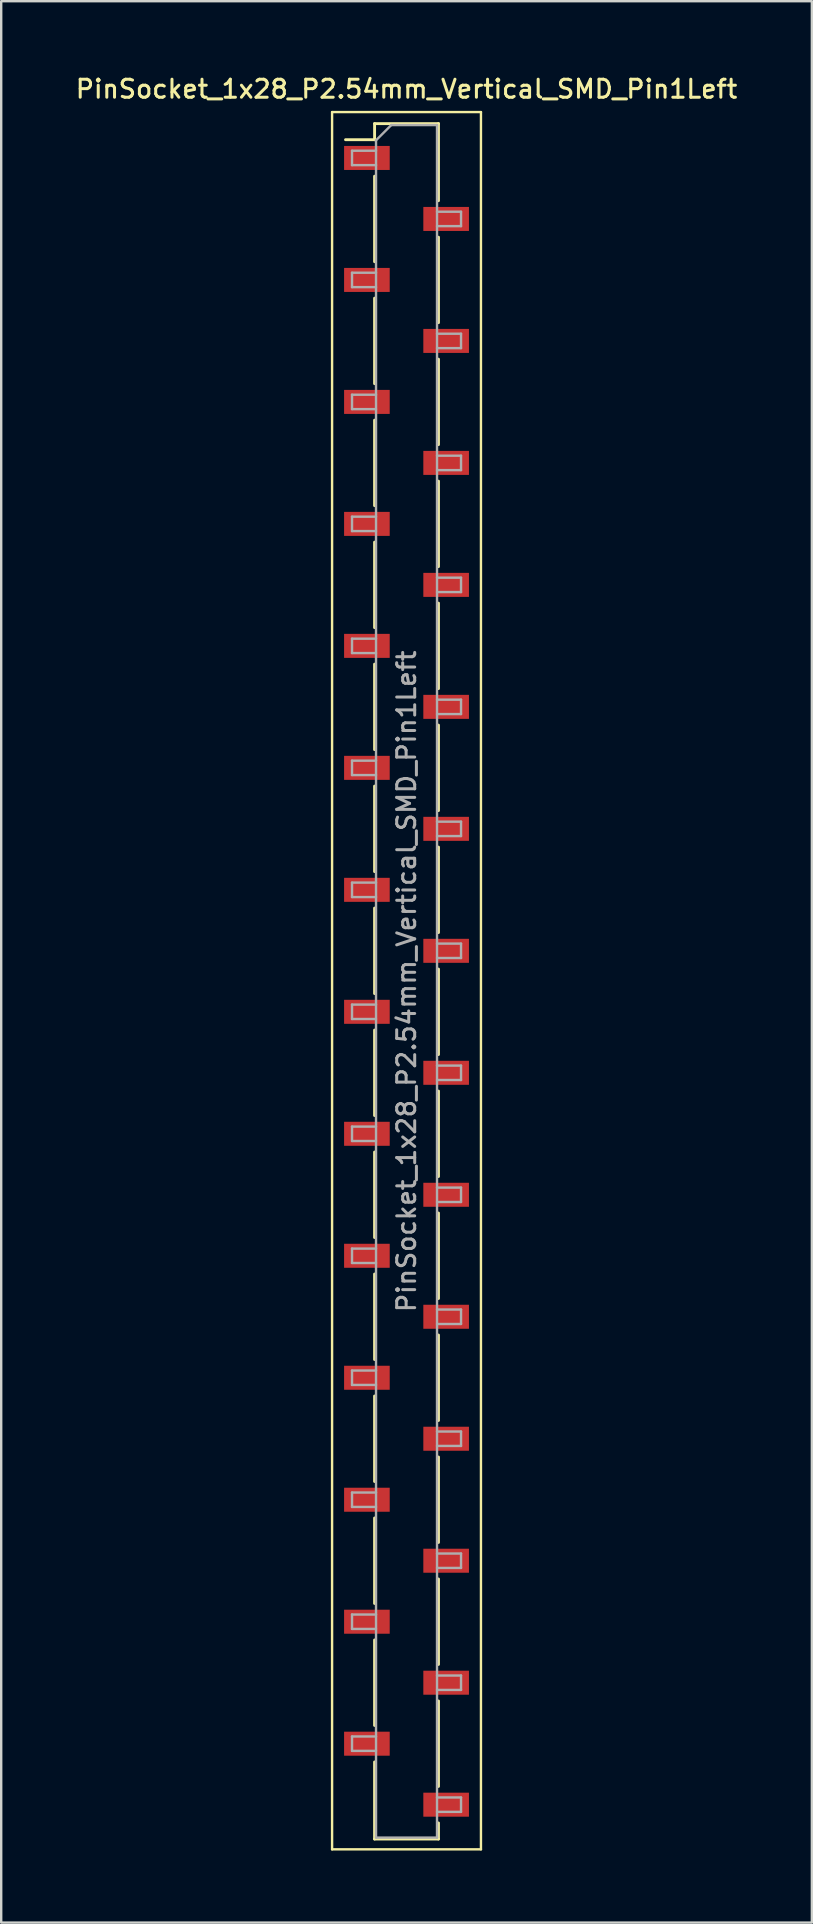
<source format=kicad_pcb>
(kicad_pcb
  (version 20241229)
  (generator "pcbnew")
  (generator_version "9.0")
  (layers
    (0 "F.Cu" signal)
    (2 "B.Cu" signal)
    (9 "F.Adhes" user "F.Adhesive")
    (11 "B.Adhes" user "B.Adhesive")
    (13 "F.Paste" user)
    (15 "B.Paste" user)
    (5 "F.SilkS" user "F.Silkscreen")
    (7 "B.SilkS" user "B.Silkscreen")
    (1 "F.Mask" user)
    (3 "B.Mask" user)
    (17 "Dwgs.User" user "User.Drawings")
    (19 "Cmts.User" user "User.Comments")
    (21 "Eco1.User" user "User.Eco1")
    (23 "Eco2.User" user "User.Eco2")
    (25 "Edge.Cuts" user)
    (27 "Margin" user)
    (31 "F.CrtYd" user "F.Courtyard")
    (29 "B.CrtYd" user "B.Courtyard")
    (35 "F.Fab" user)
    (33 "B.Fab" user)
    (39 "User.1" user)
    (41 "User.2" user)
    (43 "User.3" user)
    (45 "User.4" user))
  (footprint "PinSocket_1x28_P2.54mm_Vertical_SMD_Pin1Left"
    (layer "F.Cu")
    (at 13.88 37.818)
    (property "Reference" "PinSocket_1x28_P2.54mm_Vertical_SMD_Pin1Left" (at 0 -37.16 0) (layer "F.SilkS") (effects (font (size 0.75 0.75) (thickness 0.125))))
    (attr smd)
    (fp_line (start -3.1 -36.2) (end 3.1 -36.2) (stroke (width 0.1) (type solid)) (layer "F.SilkS"))
    (fp_line (start -3.1 36.15) (end -3.1 -36.2) (stroke (width 0.1) (type solid)) (layer "F.SilkS"))
    (fp_line (start -2.54 -35.05) (end -1.33 -35.05) (stroke (width 0.12) (type solid)) (layer "F.SilkS"))
    (fp_line (start -1.33 -35.72) (end -1.33 -35.05) (stroke (width 0.12) (type solid)) (layer "F.SilkS"))
    (fp_line (start -1.33 -35.72) (end 1.33 -35.72) (stroke (width 0.12) (type solid)) (layer "F.SilkS"))
    (fp_line (start -1.33 -33.53) (end -1.33 -29.97) (stroke (width 0.12) (type solid)) (layer "F.SilkS"))
    (fp_line (start -1.33 -28.45) (end -1.33 -24.89) (stroke (width 0.12) (type solid)) (layer "F.SilkS"))
    (fp_line (start -1.33 -23.37) (end -1.33 -19.81) (stroke (width 0.12) (type solid)) (layer "F.SilkS"))
    (fp_line (start -1.33 -18.29) (end -1.33 -14.73) (stroke (width 0.12) (type solid)) (layer "F.SilkS"))
    (fp_line (start -1.33 -13.21) (end -1.33 -9.65) (stroke (width 0.12) (type solid)) (layer "F.SilkS"))
    (fp_line (start -1.33 -8.13) (end -1.33 -4.57) (stroke (width 0.12) (type solid)) (layer "F.SilkS"))
    (fp_line (start -1.33 -3.05) (end -1.33 0.51) (stroke (width 0.12) (type solid)) (layer "F.SilkS"))
    (fp_line (start -1.33 2.03) (end -1.33 5.59) (stroke (width 0.12) (type solid)) (layer "F.SilkS"))
    (fp_line (start -1.33 7.11) (end -1.33 10.67) (stroke (width 0.12) (type solid)) (layer "F.SilkS"))
    (fp_line (start -1.33 12.19) (end -1.33 15.75) (stroke (width 0.12) (type solid)) (layer "F.SilkS"))
    (fp_line (start -1.33 17.27) (end -1.33 20.83) (stroke (width 0.12) (type solid)) (layer "F.SilkS"))
    (fp_line (start -1.33 22.35) (end -1.33 25.91) (stroke (width 0.12) (type solid)) (layer "F.SilkS"))
    (fp_line (start -1.33 27.43) (end -1.33 30.99) (stroke (width 0.12) (type solid)) (layer "F.SilkS"))
    (fp_line (start -1.33 32.51) (end -1.33 35.72) (stroke (width 0.12) (type solid)) (layer "F.SilkS"))
    (fp_line (start -1.33 35.72) (end 1.33 35.72) (stroke (width 0.12) (type solid)) (layer "F.SilkS"))
    (fp_line (start 1.33 -35.72) (end 1.33 -32.51) (stroke (width 0.12) (type solid)) (layer "F.SilkS"))
    (fp_line (start 1.33 -30.99) (end 1.33 -27.43) (stroke (width 0.12) (type solid)) (layer "F.SilkS"))
    (fp_line (start 1.33 -25.91) (end 1.33 -22.35) (stroke (width 0.12) (type solid)) (layer "F.SilkS"))
    (fp_line (start 1.33 -20.83) (end 1.33 -17.27) (stroke (width 0.12) (type solid)) (layer "F.SilkS"))
    (fp_line (start 1.33 -15.75) (end 1.33 -12.19) (stroke (width 0.12) (type solid)) (layer "F.SilkS"))
    (fp_line (start 1.33 -10.67) (end 1.33 -7.11) (stroke (width 0.12) (type solid)) (layer "F.SilkS"))
    (fp_line (start 1.33 -5.59) (end 1.33 -2.03) (stroke (width 0.12) (type solid)) (layer "F.SilkS"))
    (fp_line (start 1.33 -0.51) (end 1.33 3.05) (stroke (width 0.12) (type solid)) (layer "F.SilkS"))
    (fp_line (start 1.33 4.57) (end 1.33 8.13) (stroke (width 0.12) (type solid)) (layer "F.SilkS"))
    (fp_line (start 1.33 9.65) (end 1.33 13.21) (stroke (width 0.12) (type solid)) (layer "F.SilkS"))
    (fp_line (start 1.33 14.73) (end 1.33 18.29) (stroke (width 0.12) (type solid)) (layer "F.SilkS"))
    (fp_line (start 1.33 19.81) (end 1.33 23.37) (stroke (width 0.12) (type solid)) (layer "F.SilkS"))
    (fp_line (start 1.33 24.89) (end 1.33 28.45) (stroke (width 0.12) (type solid)) (layer "F.SilkS"))
    (fp_line (start 1.33 29.97) (end 1.33 33.53) (stroke (width 0.12) (type solid)) (layer "F.SilkS"))
    (fp_line (start 1.33 35.05) (end 1.33 35.72) (stroke (width 0.12) (type solid)) (layer "F.SilkS"))
    (fp_line (start 3.1 -36.2) (end 3.1 36.15) (stroke (width 0.1) (type solid)) (layer "F.SilkS"))
    (fp_line (start 3.1 36.15) (end -3.1 36.15) (stroke (width 0.1) (type solid)) (layer "F.SilkS"))
    (fp_line (start -2.27 -34.59) (end -1.27 -34.59) (stroke (width 0.1) (type solid)) (layer "F.Fab"))
    (fp_line (start -2.27 -33.99) (end -2.27 -34.59) (stroke (width 0.1) (type solid)) (layer "F.Fab"))
    (fp_line (start -2.27 -29.51) (end -1.27 -29.51) (stroke (width 0.1) (type solid)) (layer "F.Fab"))
    (fp_line (start -2.27 -28.91) (end -2.27 -29.51) (stroke (width 0.1) (type solid)) (layer "F.Fab"))
    (fp_line (start -2.27 -24.43) (end -1.27 -24.43) (stroke (width 0.1) (type solid)) (layer "F.Fab"))
    (fp_line (start -2.27 -23.83) (end -2.27 -24.43) (stroke (width 0.1) (type solid)) (layer "F.Fab"))
    (fp_line (start -2.27 -19.35) (end -1.27 -19.35) (stroke (width 0.1) (type solid)) (layer "F.Fab"))
    (fp_line (start -2.27 -18.75) (end -2.27 -19.35) (stroke (width 0.1) (type solid)) (layer "F.Fab"))
    (fp_line (start -2.27 -14.27) (end -1.27 -14.27) (stroke (width 0.1) (type solid)) (layer "F.Fab"))
    (fp_line (start -2.27 -13.67) (end -2.27 -14.27) (stroke (width 0.1) (type solid)) (layer "F.Fab"))
    (fp_line (start -2.27 -9.19) (end -1.27 -9.19) (stroke (width 0.1) (type solid)) (layer "F.Fab"))
    (fp_line (start -2.27 -8.59) (end -2.27 -9.19) (stroke (width 0.1) (type solid)) (layer "F.Fab"))
    (fp_line (start -2.27 -4.11) (end -1.27 -4.11) (stroke (width 0.1) (type solid)) (layer "F.Fab"))
    (fp_line (start -2.27 -3.51) (end -2.27 -4.11) (stroke (width 0.1) (type solid)) (layer "F.Fab"))
    (fp_line (start -2.27 0.97) (end -1.27 0.97) (stroke (width 0.1) (type solid)) (layer "F.Fab"))
    (fp_line (start -2.27 1.57) (end -2.27 0.97) (stroke (width 0.1) (type solid)) (layer "F.Fab"))
    (fp_line (start -2.27 6.05) (end -1.27 6.05) (stroke (width 0.1) (type solid)) (layer "F.Fab"))
    (fp_line (start -2.27 6.65) (end -2.27 6.05) (stroke (width 0.1) (type solid)) (layer "F.Fab"))
    (fp_line (start -2.27 11.13) (end -1.27 11.13) (stroke (width 0.1) (type solid)) (layer "F.Fab"))
    (fp_line (start -2.27 11.73) (end -2.27 11.13) (stroke (width 0.1) (type solid)) (layer "F.Fab"))
    (fp_line (start -2.27 16.21) (end -1.27 16.21) (stroke (width 0.1) (type solid)) (layer "F.Fab"))
    (fp_line (start -2.27 16.81) (end -2.27 16.21) (stroke (width 0.1) (type solid)) (layer "F.Fab"))
    (fp_line (start -2.27 21.29) (end -1.27 21.29) (stroke (width 0.1) (type solid)) (layer "F.Fab"))
    (fp_line (start -2.27 21.89) (end -2.27 21.29) (stroke (width 0.1) (type solid)) (layer "F.Fab"))
    (fp_line (start -2.27 26.37) (end -1.27 26.37) (stroke (width 0.1) (type solid)) (layer "F.Fab"))
    (fp_line (start -2.27 26.97) (end -2.27 26.37) (stroke (width 0.1) (type solid)) (layer "F.Fab"))
    (fp_line (start -2.27 31.45) (end -1.27 31.45) (stroke (width 0.1) (type solid)) (layer "F.Fab"))
    (fp_line (start -2.27 32.05) (end -2.27 31.45) (stroke (width 0.1) (type solid)) (layer "F.Fab"))
    (fp_line (start -1.27 -35.025) (end -0.635 -35.66) (stroke (width 0.1) (type solid)) (layer "F.Fab"))
    (fp_line (start -1.27 -33.99) (end -2.27 -33.99) (stroke (width 0.1) (type solid)) (layer "F.Fab"))
    (fp_line (start -1.27 -28.91) (end -2.27 -28.91) (stroke (width 0.1) (type solid)) (layer "F.Fab"))
    (fp_line (start -1.27 -23.83) (end -2.27 -23.83) (stroke (width 0.1) (type solid)) (layer "F.Fab"))
    (fp_line (start -1.27 -18.75) (end -2.27 -18.75) (stroke (width 0.1) (type solid)) (layer "F.Fab"))
    (fp_line (start -1.27 -13.67) (end -2.27 -13.67) (stroke (width 0.1) (type solid)) (layer "F.Fab"))
    (fp_line (start -1.27 -8.59) (end -2.27 -8.59) (stroke (width 0.1) (type solid)) (layer "F.Fab"))
    (fp_line (start -1.27 -3.51) (end -2.27 -3.51) (stroke (width 0.1) (type solid)) (layer "F.Fab"))
    (fp_line (start -1.27 1.57) (end -2.27 1.57) (stroke (width 0.1) (type solid)) (layer "F.Fab"))
    (fp_line (start -1.27 6.65) (end -2.27 6.65) (stroke (width 0.1) (type solid)) (layer "F.Fab"))
    (fp_line (start -1.27 11.73) (end -2.27 11.73) (stroke (width 0.1) (type solid)) (layer "F.Fab"))
    (fp_line (start -1.27 16.81) (end -2.27 16.81) (stroke (width 0.1) (type solid)) (layer "F.Fab"))
    (fp_line (start -1.27 21.89) (end -2.27 21.89) (stroke (width 0.1) (type solid)) (layer "F.Fab"))
    (fp_line (start -1.27 26.97) (end -2.27 26.97) (stroke (width 0.1) (type solid)) (layer "F.Fab"))
    (fp_line (start -1.27 32.05) (end -2.27 32.05) (stroke (width 0.1) (type solid)) (layer "F.Fab"))
    (fp_line (start -1.27 35.66) (end -1.27 -35.025) (stroke (width 0.1) (type solid)) (layer "F.Fab"))
    (fp_line (start -0.635 -35.66) (end 1.27 -35.66) (stroke (width 0.1) (type solid)) (layer "F.Fab"))
    (fp_line (start 1.27 -35.66) (end 1.27 35.66) (stroke (width 0.1) (type solid)) (layer "F.Fab"))
    (fp_line (start 1.27 -32.05) (end 2.27 -32.05) (stroke (width 0.1) (type solid)) (layer "F.Fab"))
    (fp_line (start 1.27 -26.97) (end 2.27 -26.97) (stroke (width 0.1) (type solid)) (layer "F.Fab"))
    (fp_line (start 1.27 -21.89) (end 2.27 -21.89) (stroke (width 0.1) (type solid)) (layer "F.Fab"))
    (fp_line (start 1.27 -16.81) (end 2.27 -16.81) (stroke (width 0.1) (type solid)) (layer "F.Fab"))
    (fp_line (start 1.27 -11.73) (end 2.27 -11.73) (stroke (width 0.1) (type solid)) (layer "F.Fab"))
    (fp_line (start 1.27 -6.65) (end 2.27 -6.65) (stroke (width 0.1) (type solid)) (layer "F.Fab"))
    (fp_line (start 1.27 -1.57) (end 2.27 -1.57) (stroke (width 0.1) (type solid)) (layer "F.Fab"))
    (fp_line (start 1.27 3.51) (end 2.27 3.51) (stroke (width 0.1) (type solid)) (layer "F.Fab"))
    (fp_line (start 1.27 8.59) (end 2.27 8.59) (stroke (width 0.1) (type solid)) (layer "F.Fab"))
    (fp_line (start 1.27 13.67) (end 2.27 13.67) (stroke (width 0.1) (type solid)) (layer "F.Fab"))
    (fp_line (start 1.27 18.75) (end 2.27 18.75) (stroke (width 0.1) (type solid)) (layer "F.Fab"))
    (fp_line (start 1.27 23.83) (end 2.27 23.83) (stroke (width 0.1) (type solid)) (layer "F.Fab"))
    (fp_line (start 1.27 28.91) (end 2.27 28.91) (stroke (width 0.1) (type solid)) (layer "F.Fab"))
    (fp_line (start 1.27 33.99) (end 2.27 33.99) (stroke (width 0.1) (type solid)) (layer "F.Fab"))
    (fp_line (start 1.27 35.66) (end -1.27 35.66) (stroke (width 0.1) (type solid)) (layer "F.Fab"))
    (fp_line (start 2.27 -32.05) (end 2.27 -31.45) (stroke (width 0.1) (type solid)) (layer "F.Fab"))
    (fp_line (start 2.27 -31.45) (end 1.27 -31.45) (stroke (width 0.1) (type solid)) (layer "F.Fab"))
    (fp_line (start 2.27 -26.97) (end 2.27 -26.37) (stroke (width 0.1) (type solid)) (layer "F.Fab"))
    (fp_line (start 2.27 -26.37) (end 1.27 -26.37) (stroke (width 0.1) (type solid)) (layer "F.Fab"))
    (fp_line (start 2.27 -21.89) (end 2.27 -21.29) (stroke (width 0.1) (type solid)) (layer "F.Fab"))
    (fp_line (start 2.27 -21.29) (end 1.27 -21.29) (stroke (width 0.1) (type solid)) (layer "F.Fab"))
    (fp_line (start 2.27 -16.81) (end 2.27 -16.21) (stroke (width 0.1) (type solid)) (layer "F.Fab"))
    (fp_line (start 2.27 -16.21) (end 1.27 -16.21) (stroke (width 0.1) (type solid)) (layer "F.Fab"))
    (fp_line (start 2.27 -11.73) (end 2.27 -11.13) (stroke (width 0.1) (type solid)) (layer "F.Fab"))
    (fp_line (start 2.27 -11.13) (end 1.27 -11.13) (stroke (width 0.1) (type solid)) (layer "F.Fab"))
    (fp_line (start 2.27 -6.65) (end 2.27 -6.05) (stroke (width 0.1) (type solid)) (layer "F.Fab"))
    (fp_line (start 2.27 -6.05) (end 1.27 -6.05) (stroke (width 0.1) (type solid)) (layer "F.Fab"))
    (fp_line (start 2.27 -1.57) (end 2.27 -0.97) (stroke (width 0.1) (type solid)) (layer "F.Fab"))
    (fp_line (start 2.27 -0.97) (end 1.27 -0.97) (stroke (width 0.1) (type solid)) (layer "F.Fab"))
    (fp_line (start 2.27 3.51) (end 2.27 4.11) (stroke (width 0.1) (type solid)) (layer "F.Fab"))
    (fp_line (start 2.27 4.11) (end 1.27 4.11) (stroke (width 0.1) (type solid)) (layer "F.Fab"))
    (fp_line (start 2.27 8.59) (end 2.27 9.19) (stroke (width 0.1) (type solid)) (layer "F.Fab"))
    (fp_line (start 2.27 9.19) (end 1.27 9.19) (stroke (width 0.1) (type solid)) (layer "F.Fab"))
    (fp_line (start 2.27 13.67) (end 2.27 14.27) (stroke (width 0.1) (type solid)) (layer "F.Fab"))
    (fp_line (start 2.27 14.27) (end 1.27 14.27) (stroke (width 0.1) (type solid)) (layer "F.Fab"))
    (fp_line (start 2.27 18.75) (end 2.27 19.35) (stroke (width 0.1) (type solid)) (layer "F.Fab"))
    (fp_line (start 2.27 19.35) (end 1.27 19.35) (stroke (width 0.1) (type solid)) (layer "F.Fab"))
    (fp_line (start 2.27 23.83) (end 2.27 24.43) (stroke (width 0.1) (type solid)) (layer "F.Fab"))
    (fp_line (start 2.27 24.43) (end 1.27 24.43) (stroke (width 0.1) (type solid)) (layer "F.Fab"))
    (fp_line (start 2.27 28.91) (end 2.27 29.51) (stroke (width 0.1) (type solid)) (layer "F.Fab"))
    (fp_line (start 2.27 29.51) (end 1.27 29.51) (stroke (width 0.1) (type solid)) (layer "F.Fab"))
    (fp_line (start 2.27 33.99) (end 2.27 34.59) (stroke (width 0.1) (type solid)) (layer "F.Fab"))
    (fp_line (start 2.27 34.59) (end 1.27 34.59) (stroke (width 0.1) (type solid)) (layer "F.Fab"))
    (fp_text user "${REFERENCE}" (at 0 0 90) (layer "F.Fab") (effects (font (size 0.75 0.75) (thickness 0.125))))
    (pad "1" smd rect (at -1.65 -34.29) (size 1.9 1) (layers "F.Cu" "F.Mask" "F.Paste"))
    (pad "2" smd rect (at 1.65 -31.75) (size 1.9 1) (layers "F.Cu" "F.Mask" "F.Paste"))
    (pad "3" smd rect (at -1.65 -29.21) (size 1.9 1) (layers "F.Cu" "F.Mask" "F.Paste"))
    (pad "4" smd rect (at 1.65 -26.67) (size 1.9 1) (layers "F.Cu" "F.Mask" "F.Paste"))
    (pad "5" smd rect (at -1.65 -24.13) (size 1.9 1) (layers "F.Cu" "F.Mask" "F.Paste"))
    (pad "6" smd rect (at 1.65 -21.59) (size 1.9 1) (layers "F.Cu" "F.Mask" "F.Paste"))
    (pad "7" smd rect (at -1.65 -19.05) (size 1.9 1) (layers "F.Cu" "F.Mask" "F.Paste"))
    (pad "8" smd rect (at 1.65 -16.51) (size 1.9 1) (layers "F.Cu" "F.Mask" "F.Paste"))
    (pad "9" smd rect (at -1.65 -13.97) (size 1.9 1) (layers "F.Cu" "F.Mask" "F.Paste"))
    (pad "10" smd rect (at 1.65 -11.43) (size 1.9 1) (layers "F.Cu" "F.Mask" "F.Paste"))
    (pad "11" smd rect (at -1.65 -8.89) (size 1.9 1) (layers "F.Cu" "F.Mask" "F.Paste"))
    (pad "12" smd rect (at 1.65 -6.35) (size 1.9 1) (layers "F.Cu" "F.Mask" "F.Paste"))
    (pad "13" smd rect (at -1.65 -3.81) (size 1.9 1) (layers "F.Cu" "F.Mask" "F.Paste"))
    (pad "14" smd rect (at 1.65 -1.27) (size 1.9 1) (layers "F.Cu" "F.Mask" "F.Paste"))
    (pad "15" smd rect (at -1.65 1.27) (size 1.9 1) (layers "F.Cu" "F.Mask" "F.Paste"))
    (pad "16" smd rect (at 1.65 3.81) (size 1.9 1) (layers "F.Cu" "F.Mask" "F.Paste"))
    (pad "17" smd rect (at -1.65 6.35) (size 1.9 1) (layers "F.Cu" "F.Mask" "F.Paste"))
    (pad "18" smd rect (at 1.65 8.89) (size 1.9 1) (layers "F.Cu" "F.Mask" "F.Paste"))
    (pad "19" smd rect (at -1.65 11.43) (size 1.9 1) (layers "F.Cu" "F.Mask" "F.Paste"))
    (pad "20" smd rect (at 1.65 13.97) (size 1.9 1) (layers "F.Cu" "F.Mask" "F.Paste"))
    (pad "21" smd rect (at -1.65 16.51) (size 1.9 1) (layers "F.Cu" "F.Mask" "F.Paste"))
    (pad "22" smd rect (at 1.65 19.05) (size 1.9 1) (layers "F.Cu" "F.Mask" "F.Paste"))
    (pad "23" smd rect (at -1.65 21.59) (size 1.9 1) (layers "F.Cu" "F.Mask" "F.Paste"))
    (pad "24" smd rect (at 1.65 24.13) (size 1.9 1) (layers "F.Cu" "F.Mask" "F.Paste"))
    (pad "25" smd rect (at -1.65 26.67) (size 1.9 1) (layers "F.Cu" "F.Mask" "F.Paste"))
    (pad "26" smd rect (at 1.65 29.21) (size 1.9 1) (layers "F.Cu" "F.Mask" "F.Paste"))
    (pad "27" smd rect (at -1.65 31.75) (size 1.9 1) (layers "F.Cu" "F.Mask" "F.Paste"))
    (pad "28" smd rect (at 1.65 34.29) (size 1.9 1) (layers "F.Cu" "F.Mask" "F.Paste")))
  (gr_rect
    (start -3 -3)
    (end 30.761 77.018)
    (stroke (width 0.1) (type default))
    (fill no)
    (layer "Edge.Cuts")))
</source>
